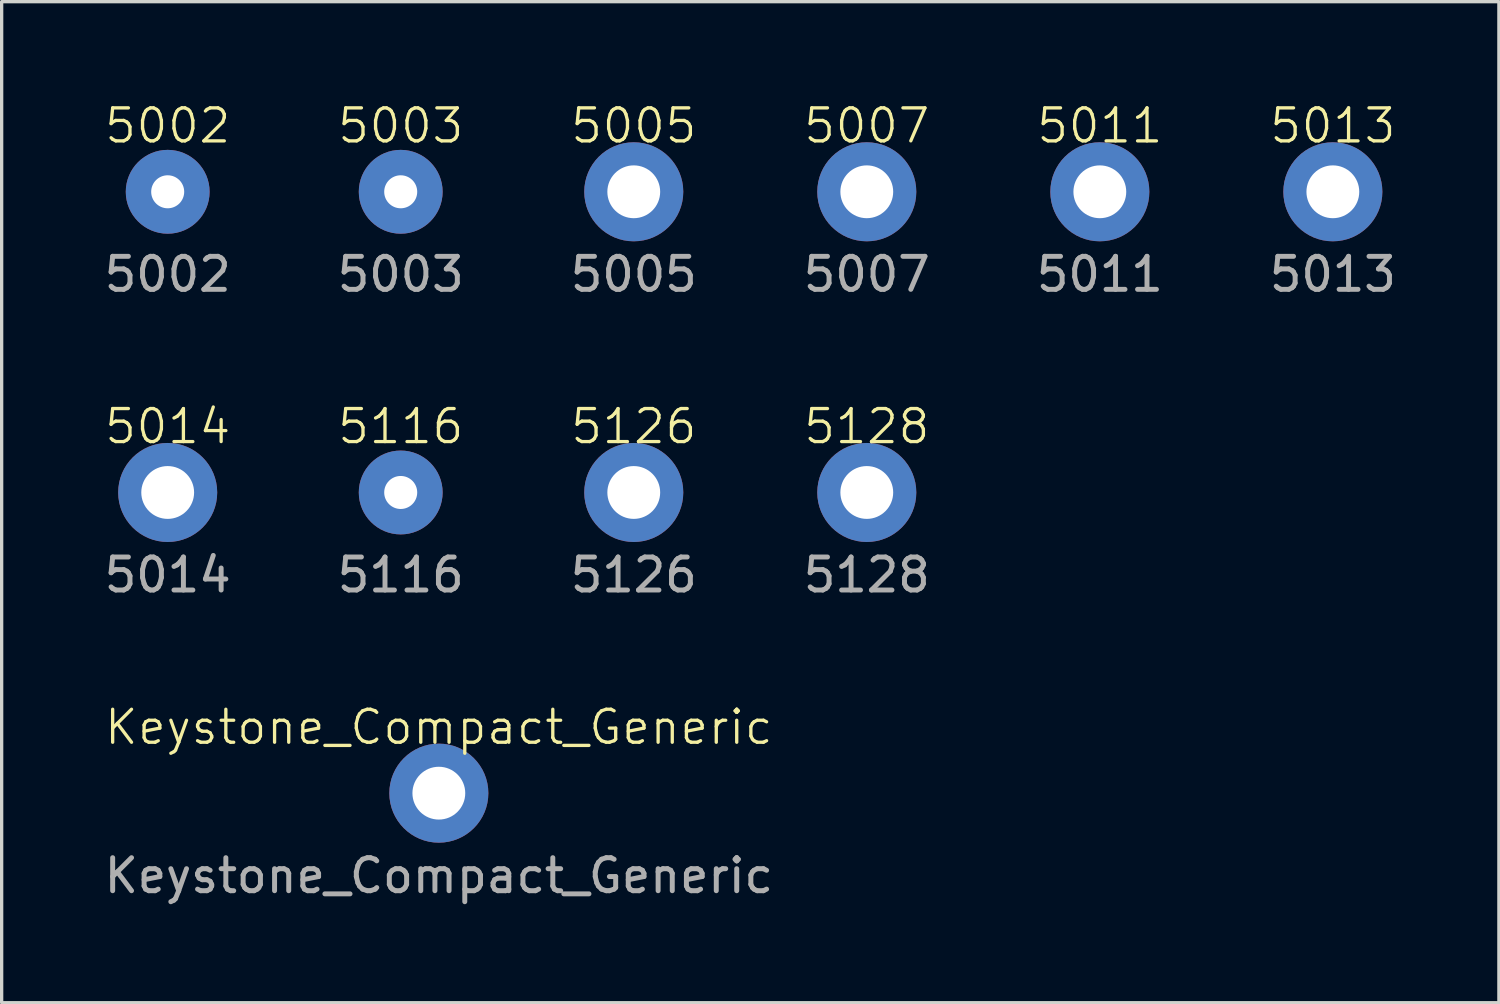
<source format=kicad_pcb>
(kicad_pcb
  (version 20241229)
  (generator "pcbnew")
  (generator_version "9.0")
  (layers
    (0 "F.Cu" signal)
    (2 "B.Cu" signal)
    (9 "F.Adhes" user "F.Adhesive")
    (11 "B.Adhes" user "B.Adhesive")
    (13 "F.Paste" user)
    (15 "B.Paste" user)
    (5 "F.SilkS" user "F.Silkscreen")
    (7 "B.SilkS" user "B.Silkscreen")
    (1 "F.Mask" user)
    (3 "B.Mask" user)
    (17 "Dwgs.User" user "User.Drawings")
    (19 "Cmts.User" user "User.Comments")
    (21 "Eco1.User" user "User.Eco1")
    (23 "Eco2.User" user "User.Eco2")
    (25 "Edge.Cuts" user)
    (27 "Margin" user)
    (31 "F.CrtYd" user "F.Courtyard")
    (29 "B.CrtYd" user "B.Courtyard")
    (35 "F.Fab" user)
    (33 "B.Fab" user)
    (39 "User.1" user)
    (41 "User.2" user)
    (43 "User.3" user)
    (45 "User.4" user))
  (footprint "5128"
    (layer "F.Cu")
    (at 23.208 11.869)
    (property "Reference" "5128" (at 0 -2 0) (unlocked yes) (layer "F.SilkS") (effects (font (size 1 1) (thickness 0.1))))
    (attr through_hole)
    (fp_text user "${REFERENCE}" (at 0 2.5 0) (unlocked yes) (layer "F.Fab") (effects (font (size 1 1) (thickness 0.15))))
    (pad "1" thru_hole circle (at 0 0) (size 3 3) (drill 1.6) (layers "*.Cu" "*.Mask")))
  (footprint "5126"
    (layer "F.Cu")
    (at 16.149 11.869)
    (property "Reference" "5126" (at 0 -2 0) (unlocked yes) (layer "F.SilkS") (effects (font (size 1 1) (thickness 0.1))))
    (attr through_hole)
    (fp_text user "${REFERENCE}" (at 0 2.5 0) (unlocked yes) (layer "F.Fab") (effects (font (size 1 1) (thickness 0.15))))
    (pad "1" thru_hole circle (at 0 0) (size 3 3) (drill 1.6) (layers "*.Cu" "*.Mask")))
  (footprint "5002"
    (layer "F.Cu")
    (at 2.03 2.76)
    (property "Reference" "5002" (at 0 -2 0) (unlocked yes) (layer "F.SilkS") (effects (font (size 1 1) (thickness 0.1))))
    (attr through_hole)
    (fp_text user "${REFERENCE}" (at 0 2.5 0) (unlocked yes) (layer "F.Fab") (effects (font (size 1 1) (thickness 0.15))))
    (pad "1" thru_hole circle (at 0 0) (size 2.54 2.54) (drill 1) (layers "*.Cu" "*.Mask")))
  (footprint "5003"
    (layer "F.Cu")
    (at 9.089 2.76)
    (property "Reference" "5003" (at 0 -2 0) (unlocked yes) (layer "F.SilkS") (effects (font (size 1 1) (thickness 0.1))))
    (attr through_hole)
    (fp_text user "${REFERENCE}" (at 0 2.5 0) (unlocked yes) (layer "F.Fab") (effects (font (size 1 1) (thickness 0.15))))
    (pad "1" thru_hole circle (at 0 0) (size 2.54 2.54) (drill 1) (layers "*.Cu" "*.Mask")))
  (footprint "5005"
    (layer "F.Cu")
    (at 16.149 2.76)
    (property "Reference" "5005" (at 0 -2 0) (unlocked yes) (layer "F.SilkS") (effects (font (size 1 1) (thickness 0.1))))
    (attr through_hole)
    (fp_text user "${REFERENCE}" (at 0 2.5 0) (unlocked yes) (layer "F.Fab") (effects (font (size 1 1) (thickness 0.15))))
    (pad "1" thru_hole circle (at 0 0) (size 3 3) (drill 1.6) (layers "*.Cu" "*.Mask")))
  (footprint "5116"
    (layer "F.Cu")
    (at 9.089 11.869)
    (property "Reference" "5116" (at 0 -2 0) (unlocked yes) (layer "F.SilkS") (effects (font (size 1 1) (thickness 0.1))))
    (attr through_hole)
    (fp_text user "${REFERENCE}" (at 0 2.5 0) (unlocked yes) (layer "F.Fab") (effects (font (size 1 1) (thickness 0.15))))
    (pad "1" thru_hole circle (at 0 0) (size 2.54 2.54) (drill 1) (layers "*.Cu" "*.Mask")))
  (footprint "5013"
    (layer "F.Cu")
    (at 37.327 2.76)
    (property "Reference" "5013" (at 0 -2 0) (unlocked yes) (layer "F.SilkS") (effects (font (size 1 1) (thickness 0.1))))
    (attr through_hole)
    (fp_text user "${REFERENCE}" (at 0 2.5 0) (unlocked yes) (layer "F.Fab") (effects (font (size 1 1) (thickness 0.15))))
    (pad "1" thru_hole circle (at 0 0) (size 3 3) (drill 1.6) (layers "*.Cu" "*.Mask")))
  (footprint "5014"
    (layer "F.Cu")
    (at 2.03 11.869)
    (property "Reference" "5014" (at 0 -2 0) (unlocked yes) (layer "F.SilkS") (effects (font (size 1 1) (thickness 0.1))))
    (attr through_hole)
    (fp_text user "${REFERENCE}" (at 0 2.5 0) (unlocked yes) (layer "F.Fab") (effects (font (size 1 1) (thickness 0.15))))
    (pad "1" thru_hole circle (at 0 0) (size 3 3) (drill 1.6) (layers "*.Cu" "*.Mask")))
  (footprint "Keystone_Compact_Generic"
    (layer "F.Cu")
    (at 10.244 20.978)
    (property "Reference" "Keystone_Compact_Generic" (at 0 -2 0) (unlocked yes) (layer "F.SilkS") (effects (font (size 1 1) (thickness 0.1))))
    (attr through_hole)
    (fp_text user "${REFERENCE}" (at 0 2.5 0) (unlocked yes) (layer "F.Fab") (effects (font (size 1 1) (thickness 0.15))))
    (pad "1" thru_hole circle (at 0 0) (size 3 3) (drill 1.6) (layers "*.Cu" "*.Mask")))
  (footprint "5011"
    (layer "F.Cu")
    (at 30.268 2.76)
    (property "Reference" "5011" (at 0 -2 0) (unlocked yes) (layer "F.SilkS") (effects (font (size 1 1) (thickness 0.1))))
    (attr through_hole)
    (fp_text user "${REFERENCE}" (at 0 2.5 0) (unlocked yes) (layer "F.Fab") (effects (font (size 1 1) (thickness 0.15))))
    (pad "1" thru_hole circle (at 0 0) (size 3 3) (drill 1.6) (layers "*.Cu" "*.Mask")))
  (footprint "5007"
    (layer "F.Cu")
    (at 23.208 2.76)
    (property "Reference" "5007" (at 0 -2 0) (unlocked yes) (layer "F.SilkS") (effects (font (size 1 1) (thickness 0.1))))
    (attr through_hole)
    (fp_text user "${REFERENCE}" (at 0 2.5 0) (unlocked yes) (layer "F.Fab") (effects (font (size 1 1) (thickness 0.15))))
    (pad "1" thru_hole circle (at 0 0) (size 3 3) (drill 1.6) (layers "*.Cu" "*.Mask")))
  (gr_rect
    (start -3 -3)
    (end 42.357 27.326)
    (stroke (width 0.1) (type default))
    (fill no)
    (layer "Edge.Cuts")))
</source>
